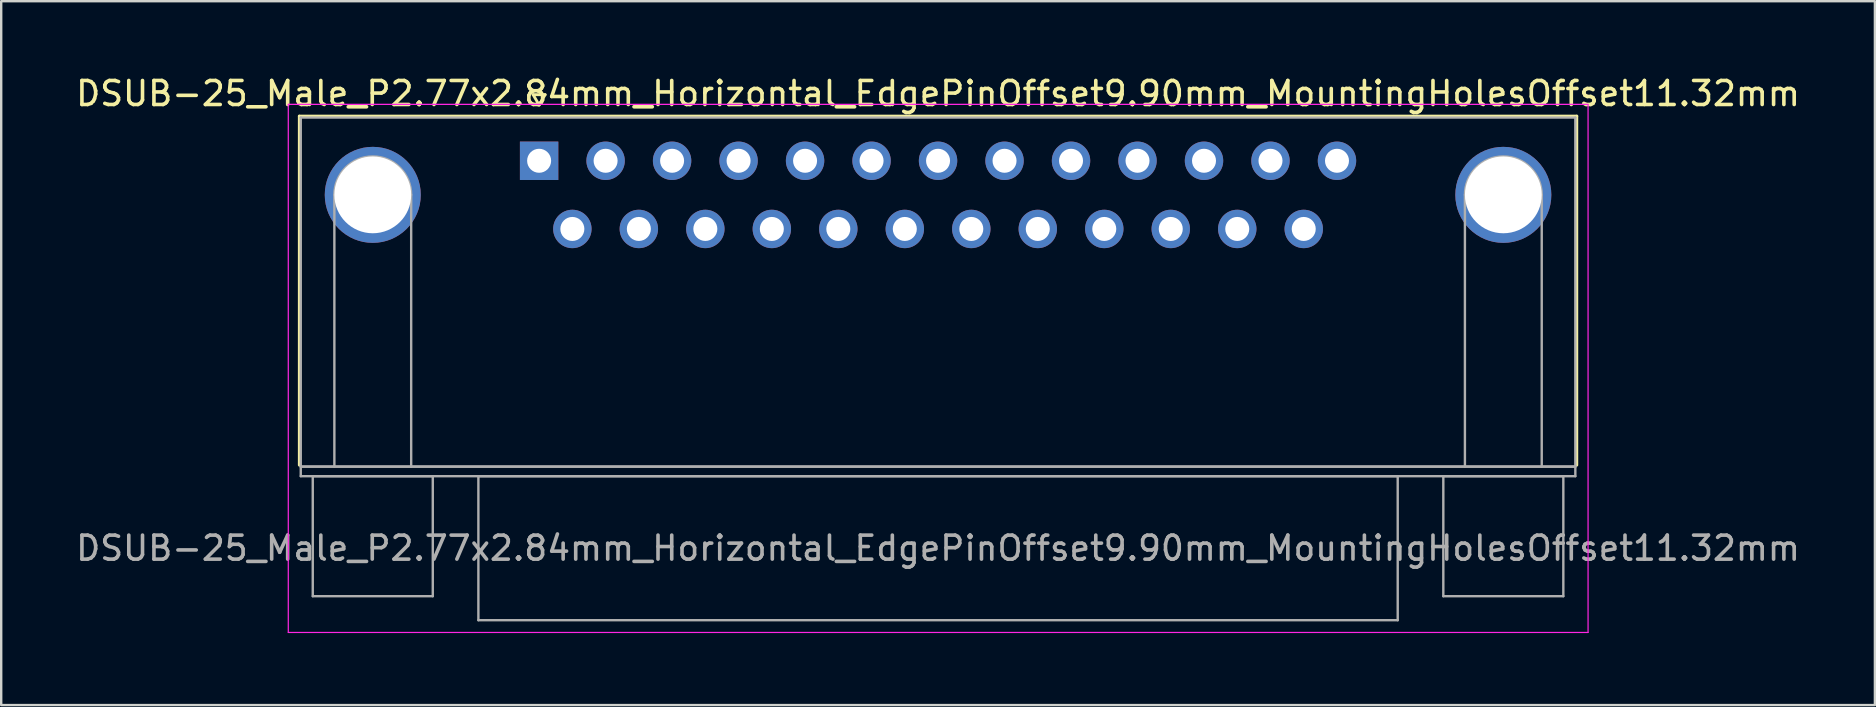
<source format=kicad_pcb>
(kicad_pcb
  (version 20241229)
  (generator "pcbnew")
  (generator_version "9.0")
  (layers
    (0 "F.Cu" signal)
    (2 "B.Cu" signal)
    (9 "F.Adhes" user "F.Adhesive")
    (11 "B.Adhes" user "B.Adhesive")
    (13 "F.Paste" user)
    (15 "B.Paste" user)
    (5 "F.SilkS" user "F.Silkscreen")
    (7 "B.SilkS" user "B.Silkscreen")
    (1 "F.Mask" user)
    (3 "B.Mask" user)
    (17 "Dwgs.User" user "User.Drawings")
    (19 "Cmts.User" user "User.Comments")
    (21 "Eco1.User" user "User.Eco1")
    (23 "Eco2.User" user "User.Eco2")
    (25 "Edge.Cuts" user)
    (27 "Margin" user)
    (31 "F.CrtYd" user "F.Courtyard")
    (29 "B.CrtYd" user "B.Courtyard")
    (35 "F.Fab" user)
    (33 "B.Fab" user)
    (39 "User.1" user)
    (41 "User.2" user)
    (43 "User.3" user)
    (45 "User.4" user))
  (footprint "DSUB-25_Male_P2.77x2.84mm_Horizontal_EdgePinOffset9.90mm_MountingHolesOffset11.32mm"
    (layer "F.Cu")
    (at 19.41 3.648)
    (property "Reference" "DSUB-25_Male_P2.77x2.84mm_Horizontal_EdgePinOffset9.90mm_MountingHolesOffset11.32mm" (at 16.62 -2.8 0) (layer "F.SilkS") (effects (font (size 1 1) (thickness 0.15))))
    (attr through_hole)
    (fp_line (start -9.99 -1.86) (end 43.23 -1.86) (stroke (width 0.12) (type solid)) (layer "F.SilkS"))
    (fp_line (start -9.99 12.68) (end -9.99 -1.86) (stroke (width 0.12) (type solid)) (layer "F.SilkS"))
    (fp_line (start -0.25 -2.754) (end 0.25 -2.754) (stroke (width 0.12) (type solid)) (layer "F.SilkS"))
    (fp_line (start 0 -2.321) (end -0.25 -2.754) (stroke (width 0.12) (type solid)) (layer "F.SilkS"))
    (fp_line (start 0.25 -2.754) (end 0 -2.321) (stroke (width 0.12) (type solid)) (layer "F.SilkS"))
    (fp_line (start 43.23 -1.86) (end 43.23 12.68) (stroke (width 0.12) (type solid)) (layer "F.SilkS"))
    (fp_line (start -10.45 -2.35) (end -10.45 19.65) (stroke (width 0.05) (type solid)) (layer "F.CrtYd"))
    (fp_line (start -10.45 19.65) (end 43.7 19.65) (stroke (width 0.05) (type solid)) (layer "F.CrtYd"))
    (fp_line (start 43.7 -2.35) (end -10.45 -2.35) (stroke (width 0.05) (type solid)) (layer "F.CrtYd"))
    (fp_line (start 43.7 19.65) (end 43.7 -2.35) (stroke (width 0.05) (type solid)) (layer "F.CrtYd"))
    (fp_line (start -9.93 -1.8) (end -9.93 12.74) (stroke (width 0.1) (type solid)) (layer "F.Fab"))
    (fp_line (start -9.93 12.74) (end -9.93 13.14) (stroke (width 0.1) (type solid)) (layer "F.Fab"))
    (fp_line (start -9.93 12.74) (end 43.17 12.74) (stroke (width 0.1) (type solid)) (layer "F.Fab"))
    (fp_line (start -9.93 13.14) (end 43.17 13.14) (stroke (width 0.1) (type solid)) (layer "F.Fab"))
    (fp_line (start -9.43 13.14) (end -9.43 18.14) (stroke (width 0.1) (type solid)) (layer "F.Fab"))
    (fp_line (start -9.43 18.14) (end -4.43 18.14) (stroke (width 0.1) (type solid)) (layer "F.Fab"))
    (fp_line (start -8.53 12.74) (end -8.53 1.42) (stroke (width 0.1) (type solid)) (layer "F.Fab"))
    (fp_line (start -5.33 12.74) (end -5.33 1.42) (stroke (width 0.1) (type solid)) (layer "F.Fab"))
    (fp_line (start -4.43 13.14) (end -9.43 13.14) (stroke (width 0.1) (type solid)) (layer "F.Fab"))
    (fp_line (start -4.43 18.14) (end -4.43 13.14) (stroke (width 0.1) (type solid)) (layer "F.Fab"))
    (fp_line (start -2.53 13.14) (end -2.53 19.14) (stroke (width 0.1) (type solid)) (layer "F.Fab"))
    (fp_line (start -2.53 19.14) (end 35.77 19.14) (stroke (width 0.1) (type solid)) (layer "F.Fab"))
    (fp_line (start 35.77 13.14) (end -2.53 13.14) (stroke (width 0.1) (type solid)) (layer "F.Fab"))
    (fp_line (start 35.77 19.14) (end 35.77 13.14) (stroke (width 0.1) (type solid)) (layer "F.Fab"))
    (fp_line (start 37.67 13.14) (end 37.67 18.14) (stroke (width 0.1) (type solid)) (layer "F.Fab"))
    (fp_line (start 37.67 18.14) (end 42.67 18.14) (stroke (width 0.1) (type solid)) (layer "F.Fab"))
    (fp_line (start 38.57 12.74) (end 38.57 1.42) (stroke (width 0.1) (type solid)) (layer "F.Fab"))
    (fp_line (start 41.77 12.74) (end 41.77 1.42) (stroke (width 0.1) (type solid)) (layer "F.Fab"))
    (fp_line (start 42.67 13.14) (end 37.67 13.14) (stroke (width 0.1) (type solid)) (layer "F.Fab"))
    (fp_line (start 42.67 18.14) (end 42.67 13.14) (stroke (width 0.1) (type solid)) (layer "F.Fab"))
    (fp_line (start 43.17 -1.8) (end -9.93 -1.8) (stroke (width 0.1) (type solid)) (layer "F.Fab"))
    (fp_line (start 43.17 12.74) (end -9.93 12.74) (stroke (width 0.1) (type solid)) (layer "F.Fab"))
    (fp_line (start 43.17 12.74) (end 43.17 -1.8) (stroke (width 0.1) (type solid)) (layer "F.Fab"))
    (fp_line (start 43.17 13.14) (end 43.17 12.74) (stroke (width 0.1) (type solid)) (layer "F.Fab"))
    (fp_arc (start -8.53 1.42) (mid -6.93 -0.18) (end -5.33 1.42) (stroke (width 0.1) (type solid)) (layer "F.Fab"))
    (fp_arc (start 38.57 1.42) (mid 40.17 -0.18) (end 41.77 1.42) (stroke (width 0.1) (type solid)) (layer "F.Fab"))
    (fp_text user "${REFERENCE}" (at 16.62 16.14 0) (layer "F.Fab") (effects (font (size 1 1) (thickness 0.15))))
    (pad "0" thru_hole circle (at -6.93 1.42) (size 4 4) (drill 3.2) (layers "*.Cu" "*.Mask"))
    (pad "0" thru_hole circle (at 40.17 1.42) (size 4 4) (drill 3.2) (layers "*.Cu" "*.Mask"))
    (pad "1" thru_hole rect (at 0 0) (size 1.6 1.6) (drill 1) (layers "*.Cu" "*.Mask"))
    (pad "2" thru_hole circle (at 2.77 0) (size 1.6 1.6) (drill 1) (layers "*.Cu" "*.Mask"))
    (pad "3" thru_hole circle (at 5.54 0) (size 1.6 1.6) (drill 1) (layers "*.Cu" "*.Mask"))
    (pad "4" thru_hole circle (at 8.31 0) (size 1.6 1.6) (drill 1) (layers "*.Cu" "*.Mask"))
    (pad "5" thru_hole circle (at 11.08 0) (size 1.6 1.6) (drill 1) (layers "*.Cu" "*.Mask"))
    (pad "6" thru_hole circle (at 13.85 0) (size 1.6 1.6) (drill 1) (layers "*.Cu" "*.Mask"))
    (pad "7" thru_hole circle (at 16.62 0) (size 1.6 1.6) (drill 1) (layers "*.Cu" "*.Mask"))
    (pad "8" thru_hole circle (at 19.39 0) (size 1.6 1.6) (drill 1) (layers "*.Cu" "*.Mask"))
    (pad "9" thru_hole circle (at 22.16 0) (size 1.6 1.6) (drill 1) (layers "*.Cu" "*.Mask"))
    (pad "10" thru_hole circle (at 24.93 0) (size 1.6 1.6) (drill 1) (layers "*.Cu" "*.Mask"))
    (pad "11" thru_hole circle (at 27.7 0) (size 1.6 1.6) (drill 1) (layers "*.Cu" "*.Mask"))
    (pad "12" thru_hole circle (at 30.47 0) (size 1.6 1.6) (drill 1) (layers "*.Cu" "*.Mask"))
    (pad "13" thru_hole circle (at 33.24 0) (size 1.6 1.6) (drill 1) (layers "*.Cu" "*.Mask"))
    (pad "14" thru_hole circle (at 1.385 2.84) (size 1.6 1.6) (drill 1) (layers "*.Cu" "*.Mask"))
    (pad "15" thru_hole circle (at 4.155 2.84) (size 1.6 1.6) (drill 1) (layers "*.Cu" "*.Mask"))
    (pad "16" thru_hole circle (at 6.925 2.84) (size 1.6 1.6) (drill 1) (layers "*.Cu" "*.Mask"))
    (pad "17" thru_hole circle (at 9.695 2.84) (size 1.6 1.6) (drill 1) (layers "*.Cu" "*.Mask"))
    (pad "18" thru_hole circle (at 12.465 2.84) (size 1.6 1.6) (drill 1) (layers "*.Cu" "*.Mask"))
    (pad "19" thru_hole circle (at 15.235 2.84) (size 1.6 1.6) (drill 1) (layers "*.Cu" "*.Mask"))
    (pad "20" thru_hole circle (at 18.005 2.84) (size 1.6 1.6) (drill 1) (layers "*.Cu" "*.Mask"))
    (pad "21" thru_hole circle (at 20.775 2.84) (size 1.6 1.6) (drill 1) (layers "*.Cu" "*.Mask"))
    (pad "22" thru_hole circle (at 23.545 2.84) (size 1.6 1.6) (drill 1) (layers "*.Cu" "*.Mask"))
    (pad "23" thru_hole circle (at 26.315 2.84) (size 1.6 1.6) (drill 1) (layers "*.Cu" "*.Mask"))
    (pad "24" thru_hole circle (at 29.085 2.84) (size 1.6 1.6) (drill 1) (layers "*.Cu" "*.Mask"))
    (pad "25" thru_hole circle (at 31.855 2.84) (size 1.6 1.6) (drill 1) (layers "*.Cu" "*.Mask")))
  (gr_rect
    (start -3 -3)
    (end 75.06 26.323)
    (stroke (width 0.1) (type default))
    (fill no)
    (layer "Edge.Cuts")))
</source>
